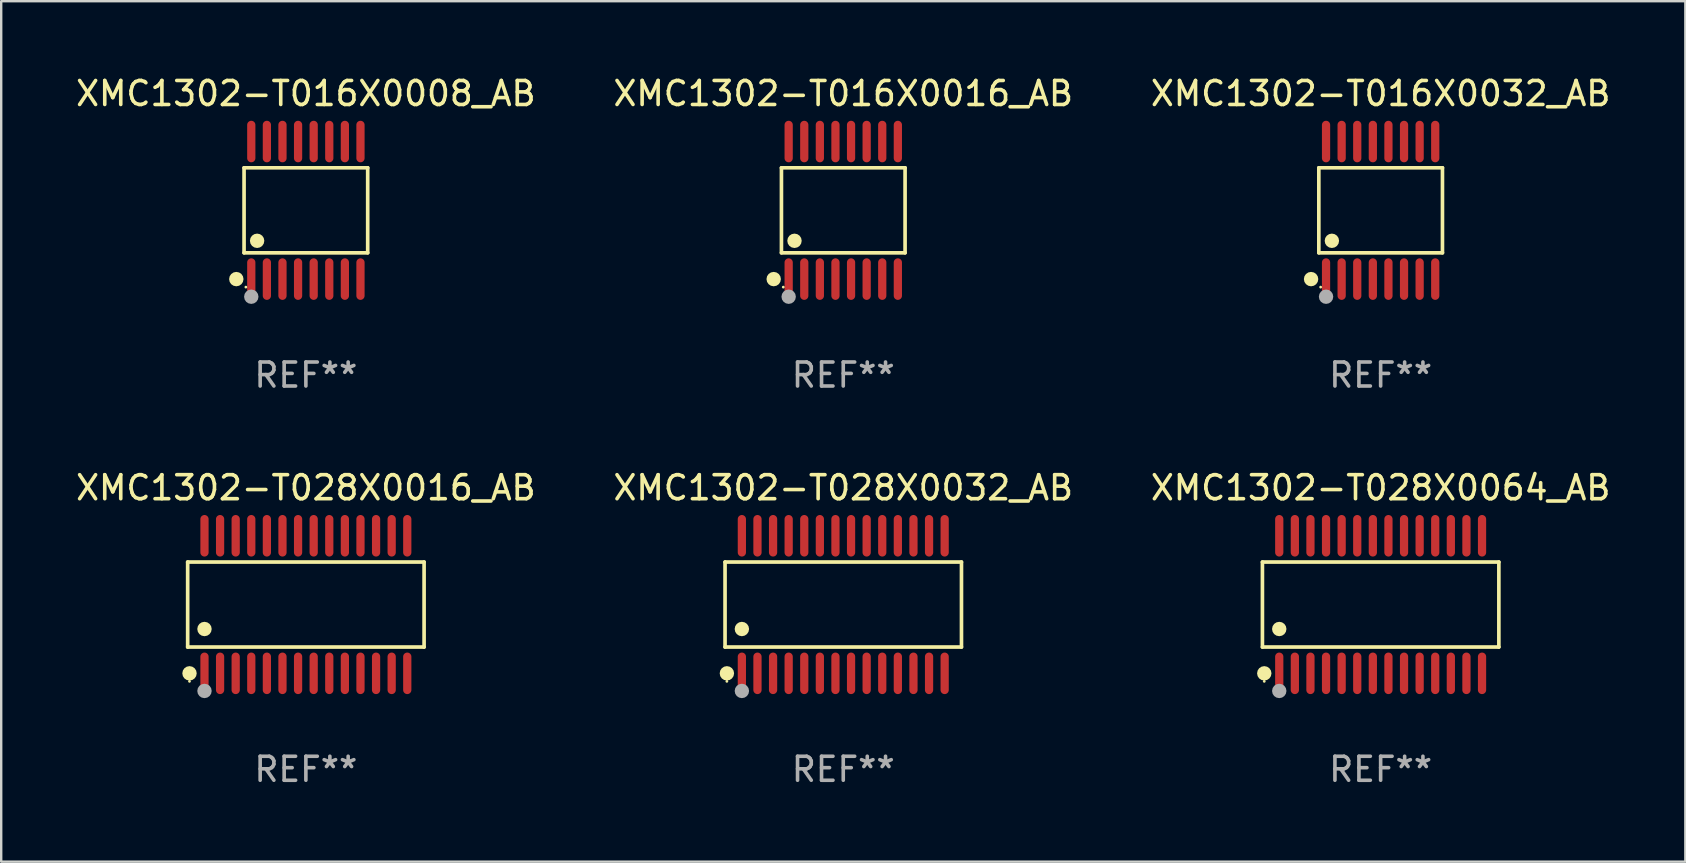
<source format=kicad_pcb>
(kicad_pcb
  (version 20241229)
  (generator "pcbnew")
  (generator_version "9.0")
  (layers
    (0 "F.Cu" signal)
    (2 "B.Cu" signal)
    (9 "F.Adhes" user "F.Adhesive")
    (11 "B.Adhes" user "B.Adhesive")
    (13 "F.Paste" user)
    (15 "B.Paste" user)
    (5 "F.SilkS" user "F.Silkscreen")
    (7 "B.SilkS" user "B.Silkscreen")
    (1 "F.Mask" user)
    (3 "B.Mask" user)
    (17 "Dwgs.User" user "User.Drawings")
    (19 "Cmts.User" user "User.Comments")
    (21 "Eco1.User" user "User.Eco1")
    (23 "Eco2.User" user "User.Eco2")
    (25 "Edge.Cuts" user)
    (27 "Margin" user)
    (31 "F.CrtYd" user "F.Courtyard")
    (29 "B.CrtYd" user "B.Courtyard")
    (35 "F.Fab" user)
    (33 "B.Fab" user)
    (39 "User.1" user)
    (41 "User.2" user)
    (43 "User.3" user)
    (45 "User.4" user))
  (footprint "XMC1302-T016X0008_AB"
    (layer "F.Cu")
    (at 9.696 5.714)
    (property "Reference" "XMC1302-T016X0008_AB" (at 0 -4.866 0) (layer "F.SilkS") (effects (font (size 1 1) (thickness 0.15))))
    (attr through_hole)
    (fp_line (start -2.576 -1.772) (end 2.576 -1.772) (stroke (width 0.152) (type solid)) (layer "F.SilkS"))
    (fp_line (start -2.576 1.771) (end -2.576 -1.772) (stroke (width 0.152) (type solid)) (layer "F.SilkS"))
    (fp_line (start 2.576 -1.772) (end 2.576 1.771) (stroke (width 0.152) (type solid)) (layer "F.SilkS"))
    (fp_line (start 2.576 1.771) (end -2.576 1.771) (stroke (width 0.152) (type solid)) (layer "F.SilkS"))
    (fp_circle (center -2.899 2.866) (end -2.749 2.866) (stroke (width 0.3) (type solid)) (fill no) (layer "F.SilkS"))
    (fp_circle (center -2.5 3.2) (end -2.47 3.2) (stroke (width 0.06) (type solid)) (fill no) (layer "F.SilkS"))
    (fp_circle (center -2.032 1.27) (end -1.882 1.27) (stroke (width 0.3) (type solid)) (fill no) (layer "F.SilkS"))
    (fp_circle (center -2.275 3.6) (end -2.125 3.6) (stroke (width 0.3) (type solid)) (fill no) (layer "F.Fab"))
    (fp_text user "REF**" (at 0 6.866 0) (layer "F.Fab") (effects (font (size 1 1) (thickness 0.15))))
    (pad "1" smd oval (at -2.275 2.866) (size 0.343 1.731) (layers "F.Cu" "F.Mask" "F.Paste"))
    (pad "2" smd oval (at -1.625 2.866) (size 0.343 1.731) (layers "F.Cu" "F.Mask" "F.Paste"))
    (pad "3" smd oval (at -0.975 2.866) (size 0.343 1.731) (layers "F.Cu" "F.Mask" "F.Paste"))
    (pad "4" smd oval (at -0.325 2.866) (size 0.343 1.731) (layers "F.Cu" "F.Mask" "F.Paste"))
    (pad "5" smd oval (at 0.325 2.866) (size 0.343 1.731) (layers "F.Cu" "F.Mask" "F.Paste"))
    (pad "6" smd oval (at 0.975 2.866) (size 0.343 1.731) (layers "F.Cu" "F.Mask" "F.Paste"))
    (pad "7" smd oval (at 1.625 2.866) (size 0.343 1.731) (layers "F.Cu" "F.Mask" "F.Paste"))
    (pad "8" smd oval (at 2.275 2.866) (size 0.343 1.731) (layers "F.Cu" "F.Mask" "F.Paste"))
    (pad "9" smd oval (at 2.275 -2.866) (size 0.343 1.731) (layers "F.Cu" "F.Mask" "F.Paste"))
    (pad "10" smd oval (at 1.625 -2.866) (size 0.343 1.731) (layers "F.Cu" "F.Mask" "F.Paste"))
    (pad "11" smd oval (at 0.975 -2.866) (size 0.343 1.731) (layers "F.Cu" "F.Mask" "F.Paste"))
    (pad "12" smd oval (at 0.325 -2.866) (size 0.343 1.731) (layers "F.Cu" "F.Mask" "F.Paste"))
    (pad "13" smd oval (at -0.325 -2.866) (size 0.343 1.731) (layers "F.Cu" "F.Mask" "F.Paste"))
    (pad "14" smd oval (at -0.975 -2.866) (size 0.343 1.731) (layers "F.Cu" "F.Mask" "F.Paste"))
    (pad "15" smd oval (at -1.625 -2.866) (size 0.343 1.731) (layers "F.Cu" "F.Mask" "F.Paste"))
    (pad "16" smd oval (at -2.275 -2.866) (size 0.343 1.731) (layers "F.Cu" "F.Mask" "F.Paste")))
  (footprint "XMC1302-T016X0032_AB"
    (layer "F.Cu")
    (at 54.482 5.714)
    (property "Reference" "XMC1302-T016X0032_AB" (at 0 -4.866 0) (layer "F.SilkS") (effects (font (size 1 1) (thickness 0.15))))
    (attr through_hole)
    (fp_line (start -2.576 -1.772) (end 2.576 -1.772) (stroke (width 0.152) (type solid)) (layer "F.SilkS"))
    (fp_line (start -2.576 1.771) (end -2.576 -1.772) (stroke (width 0.152) (type solid)) (layer "F.SilkS"))
    (fp_line (start 2.576 -1.772) (end 2.576 1.771) (stroke (width 0.152) (type solid)) (layer "F.SilkS"))
    (fp_line (start 2.576 1.771) (end -2.576 1.771) (stroke (width 0.152) (type solid)) (layer "F.SilkS"))
    (fp_circle (center -2.899 2.866) (end -2.749 2.866) (stroke (width 0.3) (type solid)) (fill no) (layer "F.SilkS"))
    (fp_circle (center -2.5 3.2) (end -2.47 3.2) (stroke (width 0.06) (type solid)) (fill no) (layer "F.SilkS"))
    (fp_circle (center -2.032 1.27) (end -1.882 1.27) (stroke (width 0.3) (type solid)) (fill no) (layer "F.SilkS"))
    (fp_circle (center -2.275 3.6) (end -2.125 3.6) (stroke (width 0.3) (type solid)) (fill no) (layer "F.Fab"))
    (fp_text user "REF**" (at 0 6.866 0) (layer "F.Fab") (effects (font (size 1 1) (thickness 0.15))))
    (pad "1" smd oval (at -2.275 2.866) (size 0.343 1.731) (layers "F.Cu" "F.Mask" "F.Paste"))
    (pad "2" smd oval (at -1.625 2.866) (size 0.343 1.731) (layers "F.Cu" "F.Mask" "F.Paste"))
    (pad "3" smd oval (at -0.975 2.866) (size 0.343 1.731) (layers "F.Cu" "F.Mask" "F.Paste"))
    (pad "4" smd oval (at -0.325 2.866) (size 0.343 1.731) (layers "F.Cu" "F.Mask" "F.Paste"))
    (pad "5" smd oval (at 0.325 2.866) (size 0.343 1.731) (layers "F.Cu" "F.Mask" "F.Paste"))
    (pad "6" smd oval (at 0.975 2.866) (size 0.343 1.731) (layers "F.Cu" "F.Mask" "F.Paste"))
    (pad "7" smd oval (at 1.625 2.866) (size 0.343 1.731) (layers "F.Cu" "F.Mask" "F.Paste"))
    (pad "8" smd oval (at 2.275 2.866) (size 0.343 1.731) (layers "F.Cu" "F.Mask" "F.Paste"))
    (pad "9" smd oval (at 2.275 -2.866) (size 0.343 1.731) (layers "F.Cu" "F.Mask" "F.Paste"))
    (pad "10" smd oval (at 1.625 -2.866) (size 0.343 1.731) (layers "F.Cu" "F.Mask" "F.Paste"))
    (pad "11" smd oval (at 0.975 -2.866) (size 0.343 1.731) (layers "F.Cu" "F.Mask" "F.Paste"))
    (pad "12" smd oval (at 0.325 -2.866) (size 0.343 1.731) (layers "F.Cu" "F.Mask" "F.Paste"))
    (pad "13" smd oval (at -0.325 -2.866) (size 0.343 1.731) (layers "F.Cu" "F.Mask" "F.Paste"))
    (pad "14" smd oval (at -0.975 -2.866) (size 0.343 1.731) (layers "F.Cu" "F.Mask" "F.Paste"))
    (pad "15" smd oval (at -1.625 -2.866) (size 0.343 1.731) (layers "F.Cu" "F.Mask" "F.Paste"))
    (pad "16" smd oval (at -2.275 -2.866) (size 0.343 1.731) (layers "F.Cu" "F.Mask" "F.Paste")))
  (footprint "XMC1302-T016X0016_AB"
    (layer "F.Cu")
    (at 32.089 5.714)
    (property "Reference" "XMC1302-T016X0016_AB" (at 0 -4.866 0) (layer "F.SilkS") (effects (font (size 1 1) (thickness 0.15))))
    (attr through_hole)
    (fp_line (start -2.576 -1.772) (end 2.576 -1.772) (stroke (width 0.152) (type solid)) (layer "F.SilkS"))
    (fp_line (start -2.576 1.771) (end -2.576 -1.772) (stroke (width 0.152) (type solid)) (layer "F.SilkS"))
    (fp_line (start 2.576 -1.772) (end 2.576 1.771) (stroke (width 0.152) (type solid)) (layer "F.SilkS"))
    (fp_line (start 2.576 1.771) (end -2.576 1.771) (stroke (width 0.152) (type solid)) (layer "F.SilkS"))
    (fp_circle (center -2.899 2.866) (end -2.749 2.866) (stroke (width 0.3) (type solid)) (fill no) (layer "F.SilkS"))
    (fp_circle (center -2.5 3.2) (end -2.47 3.2) (stroke (width 0.06) (type solid)) (fill no) (layer "F.SilkS"))
    (fp_circle (center -2.032 1.27) (end -1.882 1.27) (stroke (width 0.3) (type solid)) (fill no) (layer "F.SilkS"))
    (fp_circle (center -2.275 3.6) (end -2.125 3.6) (stroke (width 0.3) (type solid)) (fill no) (layer "F.Fab"))
    (fp_text user "REF**" (at 0 6.866 0) (layer "F.Fab") (effects (font (size 1 1) (thickness 0.15))))
    (pad "1" smd oval (at -2.275 2.866) (size 0.343 1.731) (layers "F.Cu" "F.Mask" "F.Paste"))
    (pad "2" smd oval (at -1.625 2.866) (size 0.343 1.731) (layers "F.Cu" "F.Mask" "F.Paste"))
    (pad "3" smd oval (at -0.975 2.866) (size 0.343 1.731) (layers "F.Cu" "F.Mask" "F.Paste"))
    (pad "4" smd oval (at -0.325 2.866) (size 0.343 1.731) (layers "F.Cu" "F.Mask" "F.Paste"))
    (pad "5" smd oval (at 0.325 2.866) (size 0.343 1.731) (layers "F.Cu" "F.Mask" "F.Paste"))
    (pad "6" smd oval (at 0.975 2.866) (size 0.343 1.731) (layers "F.Cu" "F.Mask" "F.Paste"))
    (pad "7" smd oval (at 1.625 2.866) (size 0.343 1.731) (layers "F.Cu" "F.Mask" "F.Paste"))
    (pad "8" smd oval (at 2.275 2.866) (size 0.343 1.731) (layers "F.Cu" "F.Mask" "F.Paste"))
    (pad "9" smd oval (at 2.275 -2.866) (size 0.343 1.731) (layers "F.Cu" "F.Mask" "F.Paste"))
    (pad "10" smd oval (at 1.625 -2.866) (size 0.343 1.731) (layers "F.Cu" "F.Mask" "F.Paste"))
    (pad "11" smd oval (at 0.975 -2.866) (size 0.343 1.731) (layers "F.Cu" "F.Mask" "F.Paste"))
    (pad "12" smd oval (at 0.325 -2.866) (size 0.343 1.731) (layers "F.Cu" "F.Mask" "F.Paste"))
    (pad "13" smd oval (at -0.325 -2.866) (size 0.343 1.731) (layers "F.Cu" "F.Mask" "F.Paste"))
    (pad "14" smd oval (at -0.975 -2.866) (size 0.343 1.731) (layers "F.Cu" "F.Mask" "F.Paste"))
    (pad "15" smd oval (at -1.625 -2.866) (size 0.343 1.731) (layers "F.Cu" "F.Mask" "F.Paste"))
    (pad "16" smd oval (at -2.275 -2.866) (size 0.343 1.731) (layers "F.Cu" "F.Mask" "F.Paste")))
  (footprint "XMC1302-T028X0016_AB"
    (layer "F.Cu")
    (at 9.696 22.142)
    (property "Reference" "XMC1302-T028X0016_AB" (at 0 -4.866 0) (layer "F.SilkS") (effects (font (size 1 1) (thickness 0.15))))
    (attr through_hole)
    (fp_line (start -4.926 -1.772) (end 4.926 -1.772) (stroke (width 0.152) (type solid)) (layer "F.SilkS"))
    (fp_line (start -4.926 1.771) (end -4.926 -1.772) (stroke (width 0.152) (type solid)) (layer "F.SilkS"))
    (fp_line (start 4.926 -1.772) (end 4.926 1.771) (stroke (width 0.152) (type solid)) (layer "F.SilkS"))
    (fp_line (start 4.926 1.771) (end -4.926 1.771) (stroke (width 0.152) (type solid)) (layer "F.SilkS"))
    (fp_circle (center -4.85 3.2) (end -4.82 3.2) (stroke (width 0.06) (type solid)) (fill no) (layer "F.SilkS"))
    (fp_circle (center -4.849 2.866) (end -4.699 2.866) (stroke (width 0.3) (type solid)) (fill no) (layer "F.SilkS"))
    (fp_circle (center -4.225 1.019) (end -4.075 1.019) (stroke (width 0.3) (type solid)) (fill no) (layer "F.SilkS"))
    (fp_circle (center -4.225 3.6) (end -4.075 3.6) (stroke (width 0.3) (type solid)) (fill no) (layer "F.Fab"))
    (fp_text user "REF**" (at 0 6.866 0) (layer "F.Fab") (effects (font (size 1 1) (thickness 0.15))))
    (pad "1" smd oval (at -4.225 2.866) (size 0.343 1.731) (layers "F.Cu" "F.Mask" "F.Paste"))
    (pad "2" smd oval (at -3.575 2.866) (size 0.343 1.731) (layers "F.Cu" "F.Mask" "F.Paste"))
    (pad "3" smd oval (at -2.925 2.866) (size 0.343 1.731) (layers "F.Cu" "F.Mask" "F.Paste"))
    (pad "4" smd oval (at -2.275 2.866) (size 0.343 1.731) (layers "F.Cu" "F.Mask" "F.Paste"))
    (pad "5" smd oval (at -1.625 2.866) (size 0.343 1.731) (layers "F.Cu" "F.Mask" "F.Paste"))
    (pad "6" smd oval (at -0.975 2.866) (size 0.343 1.731) (layers "F.Cu" "F.Mask" "F.Paste"))
    (pad "7" smd oval (at -0.325 2.866) (size 0.343 1.731) (layers "F.Cu" "F.Mask" "F.Paste"))
    (pad "8" smd oval (at 0.325 2.866) (size 0.343 1.731) (layers "F.Cu" "F.Mask" "F.Paste"))
    (pad "9" smd oval (at 0.975 2.866) (size 0.343 1.731) (layers "F.Cu" "F.Mask" "F.Paste"))
    (pad "10" smd oval (at 1.625 2.866) (size 0.343 1.731) (layers "F.Cu" "F.Mask" "F.Paste"))
    (pad "11" smd oval (at 2.275 2.866) (size 0.343 1.731) (layers "F.Cu" "F.Mask" "F.Paste"))
    (pad "12" smd oval (at 2.925 2.866) (size 0.343 1.731) (layers "F.Cu" "F.Mask" "F.Paste"))
    (pad "13" smd oval (at 3.575 2.866) (size 0.343 1.731) (layers "F.Cu" "F.Mask" "F.Paste"))
    (pad "14" smd oval (at 4.225 2.866) (size 0.343 1.731) (layers "F.Cu" "F.Mask" "F.Paste"))
    (pad "15" smd oval (at 4.225 -2.866) (size 0.343 1.731) (layers "F.Cu" "F.Mask" "F.Paste"))
    (pad "16" smd oval (at 3.575 -2.866) (size 0.343 1.731) (layers "F.Cu" "F.Mask" "F.Paste"))
    (pad "17" smd oval (at 2.925 -2.866) (size 0.343 1.731) (layers "F.Cu" "F.Mask" "F.Paste"))
    (pad "18" smd oval (at 2.275 -2.866) (size 0.343 1.731) (layers "F.Cu" "F.Mask" "F.Paste"))
    (pad "19" smd oval (at 1.625 -2.866) (size 0.343 1.731) (layers "F.Cu" "F.Mask" "F.Paste"))
    (pad "20" smd oval (at 0.975 -2.866) (size 0.343 1.731) (layers "F.Cu" "F.Mask" "F.Paste"))
    (pad "21" smd oval (at 0.325 -2.866) (size 0.343 1.731) (layers "F.Cu" "F.Mask" "F.Paste"))
    (pad "22" smd oval (at -0.325 -2.866) (size 0.343 1.731) (layers "F.Cu" "F.Mask" "F.Paste"))
    (pad "23" smd oval (at -0.975 -2.866) (size 0.343 1.731) (layers "F.Cu" "F.Mask" "F.Paste"))
    (pad "24" smd oval (at -1.625 -2.866) (size 0.343 1.731) (layers "F.Cu" "F.Mask" "F.Paste"))
    (pad "25" smd oval (at -2.275 -2.866) (size 0.343 1.731) (layers "F.Cu" "F.Mask" "F.Paste"))
    (pad "26" smd oval (at -2.925 -2.866) (size 0.343 1.731) (layers "F.Cu" "F.Mask" "F.Paste"))
    (pad "27" smd oval (at -3.575 -2.866) (size 0.343 1.731) (layers "F.Cu" "F.Mask" "F.Paste"))
    (pad "28" smd oval (at -4.225 -2.866) (size 0.343 1.731) (layers "F.Cu" "F.Mask" "F.Paste")))
  (footprint "XMC1302-T028X0064_AB"
    (layer "F.Cu")
    (at 54.482 22.142)
    (property "Reference" "XMC1302-T028X0064_AB" (at 0 -4.866 0) (layer "F.SilkS") (effects (font (size 1 1) (thickness 0.15))))
    (attr through_hole)
    (fp_line (start -4.926 -1.772) (end 4.926 -1.772) (stroke (width 0.152) (type solid)) (layer "F.SilkS"))
    (fp_line (start -4.926 1.771) (end -4.926 -1.772) (stroke (width 0.152) (type solid)) (layer "F.SilkS"))
    (fp_line (start 4.926 -1.772) (end 4.926 1.771) (stroke (width 0.152) (type solid)) (layer "F.SilkS"))
    (fp_line (start 4.926 1.771) (end -4.926 1.771) (stroke (width 0.152) (type solid)) (layer "F.SilkS"))
    (fp_circle (center -4.85 3.2) (end -4.82 3.2) (stroke (width 0.06) (type solid)) (fill no) (layer "F.SilkS"))
    (fp_circle (center -4.849 2.866) (end -4.699 2.866) (stroke (width 0.3) (type solid)) (fill no) (layer "F.SilkS"))
    (fp_circle (center -4.225 1.019) (end -4.075 1.019) (stroke (width 0.3) (type solid)) (fill no) (layer "F.SilkS"))
    (fp_circle (center -4.225 3.6) (end -4.075 3.6) (stroke (width 0.3) (type solid)) (fill no) (layer "F.Fab"))
    (fp_text user "REF**" (at 0 6.866 0) (layer "F.Fab") (effects (font (size 1 1) (thickness 0.15))))
    (pad "1" smd oval (at -4.225 2.866) (size 0.343 1.731) (layers "F.Cu" "F.Mask" "F.Paste"))
    (pad "2" smd oval (at -3.575 2.866) (size 0.343 1.731) (layers "F.Cu" "F.Mask" "F.Paste"))
    (pad "3" smd oval (at -2.925 2.866) (size 0.343 1.731) (layers "F.Cu" "F.Mask" "F.Paste"))
    (pad "4" smd oval (at -2.275 2.866) (size 0.343 1.731) (layers "F.Cu" "F.Mask" "F.Paste"))
    (pad "5" smd oval (at -1.625 2.866) (size 0.343 1.731) (layers "F.Cu" "F.Mask" "F.Paste"))
    (pad "6" smd oval (at -0.975 2.866) (size 0.343 1.731) (layers "F.Cu" "F.Mask" "F.Paste"))
    (pad "7" smd oval (at -0.325 2.866) (size 0.343 1.731) (layers "F.Cu" "F.Mask" "F.Paste"))
    (pad "8" smd oval (at 0.325 2.866) (size 0.343 1.731) (layers "F.Cu" "F.Mask" "F.Paste"))
    (pad "9" smd oval (at 0.975 2.866) (size 0.343 1.731) (layers "F.Cu" "F.Mask" "F.Paste"))
    (pad "10" smd oval (at 1.625 2.866) (size 0.343 1.731) (layers "F.Cu" "F.Mask" "F.Paste"))
    (pad "11" smd oval (at 2.275 2.866) (size 0.343 1.731) (layers "F.Cu" "F.Mask" "F.Paste"))
    (pad "12" smd oval (at 2.925 2.866) (size 0.343 1.731) (layers "F.Cu" "F.Mask" "F.Paste"))
    (pad "13" smd oval (at 3.575 2.866) (size 0.343 1.731) (layers "F.Cu" "F.Mask" "F.Paste"))
    (pad "14" smd oval (at 4.225 2.866) (size 0.343 1.731) (layers "F.Cu" "F.Mask" "F.Paste"))
    (pad "15" smd oval (at 4.225 -2.866) (size 0.343 1.731) (layers "F.Cu" "F.Mask" "F.Paste"))
    (pad "16" smd oval (at 3.575 -2.866) (size 0.343 1.731) (layers "F.Cu" "F.Mask" "F.Paste"))
    (pad "17" smd oval (at 2.925 -2.866) (size 0.343 1.731) (layers "F.Cu" "F.Mask" "F.Paste"))
    (pad "18" smd oval (at 2.275 -2.866) (size 0.343 1.731) (layers "F.Cu" "F.Mask" "F.Paste"))
    (pad "19" smd oval (at 1.625 -2.866) (size 0.343 1.731) (layers "F.Cu" "F.Mask" "F.Paste"))
    (pad "20" smd oval (at 0.975 -2.866) (size 0.343 1.731) (layers "F.Cu" "F.Mask" "F.Paste"))
    (pad "21" smd oval (at 0.325 -2.866) (size 0.343 1.731) (layers "F.Cu" "F.Mask" "F.Paste"))
    (pad "22" smd oval (at -0.325 -2.866) (size 0.343 1.731) (layers "F.Cu" "F.Mask" "F.Paste"))
    (pad "23" smd oval (at -0.975 -2.866) (size 0.343 1.731) (layers "F.Cu" "F.Mask" "F.Paste"))
    (pad "24" smd oval (at -1.625 -2.866) (size 0.343 1.731) (layers "F.Cu" "F.Mask" "F.Paste"))
    (pad "25" smd oval (at -2.275 -2.866) (size 0.343 1.731) (layers "F.Cu" "F.Mask" "F.Paste"))
    (pad "26" smd oval (at -2.925 -2.866) (size 0.343 1.731) (layers "F.Cu" "F.Mask" "F.Paste"))
    (pad "27" smd oval (at -3.575 -2.866) (size 0.343 1.731) (layers "F.Cu" "F.Mask" "F.Paste"))
    (pad "28" smd oval (at -4.225 -2.866) (size 0.343 1.731) (layers "F.Cu" "F.Mask" "F.Paste")))
  (footprint "XMC1302-T028X0032_AB"
    (layer "F.Cu")
    (at 32.089 22.142)
    (property "Reference" "XMC1302-T028X0032_AB" (at 0 -4.866 0) (layer "F.SilkS") (effects (font (size 1 1) (thickness 0.15))))
    (attr through_hole)
    (fp_line (start -4.926 -1.772) (end 4.926 -1.772) (stroke (width 0.152) (type solid)) (layer "F.SilkS"))
    (fp_line (start -4.926 1.771) (end -4.926 -1.772) (stroke (width 0.152) (type solid)) (layer "F.SilkS"))
    (fp_line (start 4.926 -1.772) (end 4.926 1.771) (stroke (width 0.152) (type solid)) (layer "F.SilkS"))
    (fp_line (start 4.926 1.771) (end -4.926 1.771) (stroke (width 0.152) (type solid)) (layer "F.SilkS"))
    (fp_circle (center -4.85 3.2) (end -4.82 3.2) (stroke (width 0.06) (type solid)) (fill no) (layer "F.SilkS"))
    (fp_circle (center -4.849 2.866) (end -4.699 2.866) (stroke (width 0.3) (type solid)) (fill no) (layer "F.SilkS"))
    (fp_circle (center -4.225 1.019) (end -4.075 1.019) (stroke (width 0.3) (type solid)) (fill no) (layer "F.SilkS"))
    (fp_circle (center -4.225 3.6) (end -4.075 3.6) (stroke (width 0.3) (type solid)) (fill no) (layer "F.Fab"))
    (fp_text user "REF**" (at 0 6.866 0) (layer "F.Fab") (effects (font (size 1 1) (thickness 0.15))))
    (pad "1" smd oval (at -4.225 2.866) (size 0.343 1.731) (layers "F.Cu" "F.Mask" "F.Paste"))
    (pad "2" smd oval (at -3.575 2.866) (size 0.343 1.731) (layers "F.Cu" "F.Mask" "F.Paste"))
    (pad "3" smd oval (at -2.925 2.866) (size 0.343 1.731) (layers "F.Cu" "F.Mask" "F.Paste"))
    (pad "4" smd oval (at -2.275 2.866) (size 0.343 1.731) (layers "F.Cu" "F.Mask" "F.Paste"))
    (pad "5" smd oval (at -1.625 2.866) (size 0.343 1.731) (layers "F.Cu" "F.Mask" "F.Paste"))
    (pad "6" smd oval (at -0.975 2.866) (size 0.343 1.731) (layers "F.Cu" "F.Mask" "F.Paste"))
    (pad "7" smd oval (at -0.325 2.866) (size 0.343 1.731) (layers "F.Cu" "F.Mask" "F.Paste"))
    (pad "8" smd oval (at 0.325 2.866) (size 0.343 1.731) (layers "F.Cu" "F.Mask" "F.Paste"))
    (pad "9" smd oval (at 0.975 2.866) (size 0.343 1.731) (layers "F.Cu" "F.Mask" "F.Paste"))
    (pad "10" smd oval (at 1.625 2.866) (size 0.343 1.731) (layers "F.Cu" "F.Mask" "F.Paste"))
    (pad "11" smd oval (at 2.275 2.866) (size 0.343 1.731) (layers "F.Cu" "F.Mask" "F.Paste"))
    (pad "12" smd oval (at 2.925 2.866) (size 0.343 1.731) (layers "F.Cu" "F.Mask" "F.Paste"))
    (pad "13" smd oval (at 3.575 2.866) (size 0.343 1.731) (layers "F.Cu" "F.Mask" "F.Paste"))
    (pad "14" smd oval (at 4.225 2.866) (size 0.343 1.731) (layers "F.Cu" "F.Mask" "F.Paste"))
    (pad "15" smd oval (at 4.225 -2.866) (size 0.343 1.731) (layers "F.Cu" "F.Mask" "F.Paste"))
    (pad "16" smd oval (at 3.575 -2.866) (size 0.343 1.731) (layers "F.Cu" "F.Mask" "F.Paste"))
    (pad "17" smd oval (at 2.925 -2.866) (size 0.343 1.731) (layers "F.Cu" "F.Mask" "F.Paste"))
    (pad "18" smd oval (at 2.275 -2.866) (size 0.343 1.731) (layers "F.Cu" "F.Mask" "F.Paste"))
    (pad "19" smd oval (at 1.625 -2.866) (size 0.343 1.731) (layers "F.Cu" "F.Mask" "F.Paste"))
    (pad "20" smd oval (at 0.975 -2.866) (size 0.343 1.731) (layers "F.Cu" "F.Mask" "F.Paste"))
    (pad "21" smd oval (at 0.325 -2.866) (size 0.343 1.731) (layers "F.Cu" "F.Mask" "F.Paste"))
    (pad "22" smd oval (at -0.325 -2.866) (size 0.343 1.731) (layers "F.Cu" "F.Mask" "F.Paste"))
    (pad "23" smd oval (at -0.975 -2.866) (size 0.343 1.731) (layers "F.Cu" "F.Mask" "F.Paste"))
    (pad "24" smd oval (at -1.625 -2.866) (size 0.343 1.731) (layers "F.Cu" "F.Mask" "F.Paste"))
    (pad "25" smd oval (at -2.275 -2.866) (size 0.343 1.731) (layers "F.Cu" "F.Mask" "F.Paste"))
    (pad "26" smd oval (at -2.925 -2.866) (size 0.343 1.731) (layers "F.Cu" "F.Mask" "F.Paste"))
    (pad "27" smd oval (at -3.575 -2.866) (size 0.343 1.731) (layers "F.Cu" "F.Mask" "F.Paste"))
    (pad "28" smd oval (at -4.225 -2.866) (size 0.343 1.731) (layers "F.Cu" "F.Mask" "F.Paste")))
  (gr_rect
    (start -3 -3)
    (end 67.179 32.856)
    (stroke (width 0.1) (type default))
    (fill no)
    (layer "Edge.Cuts")))
</source>
